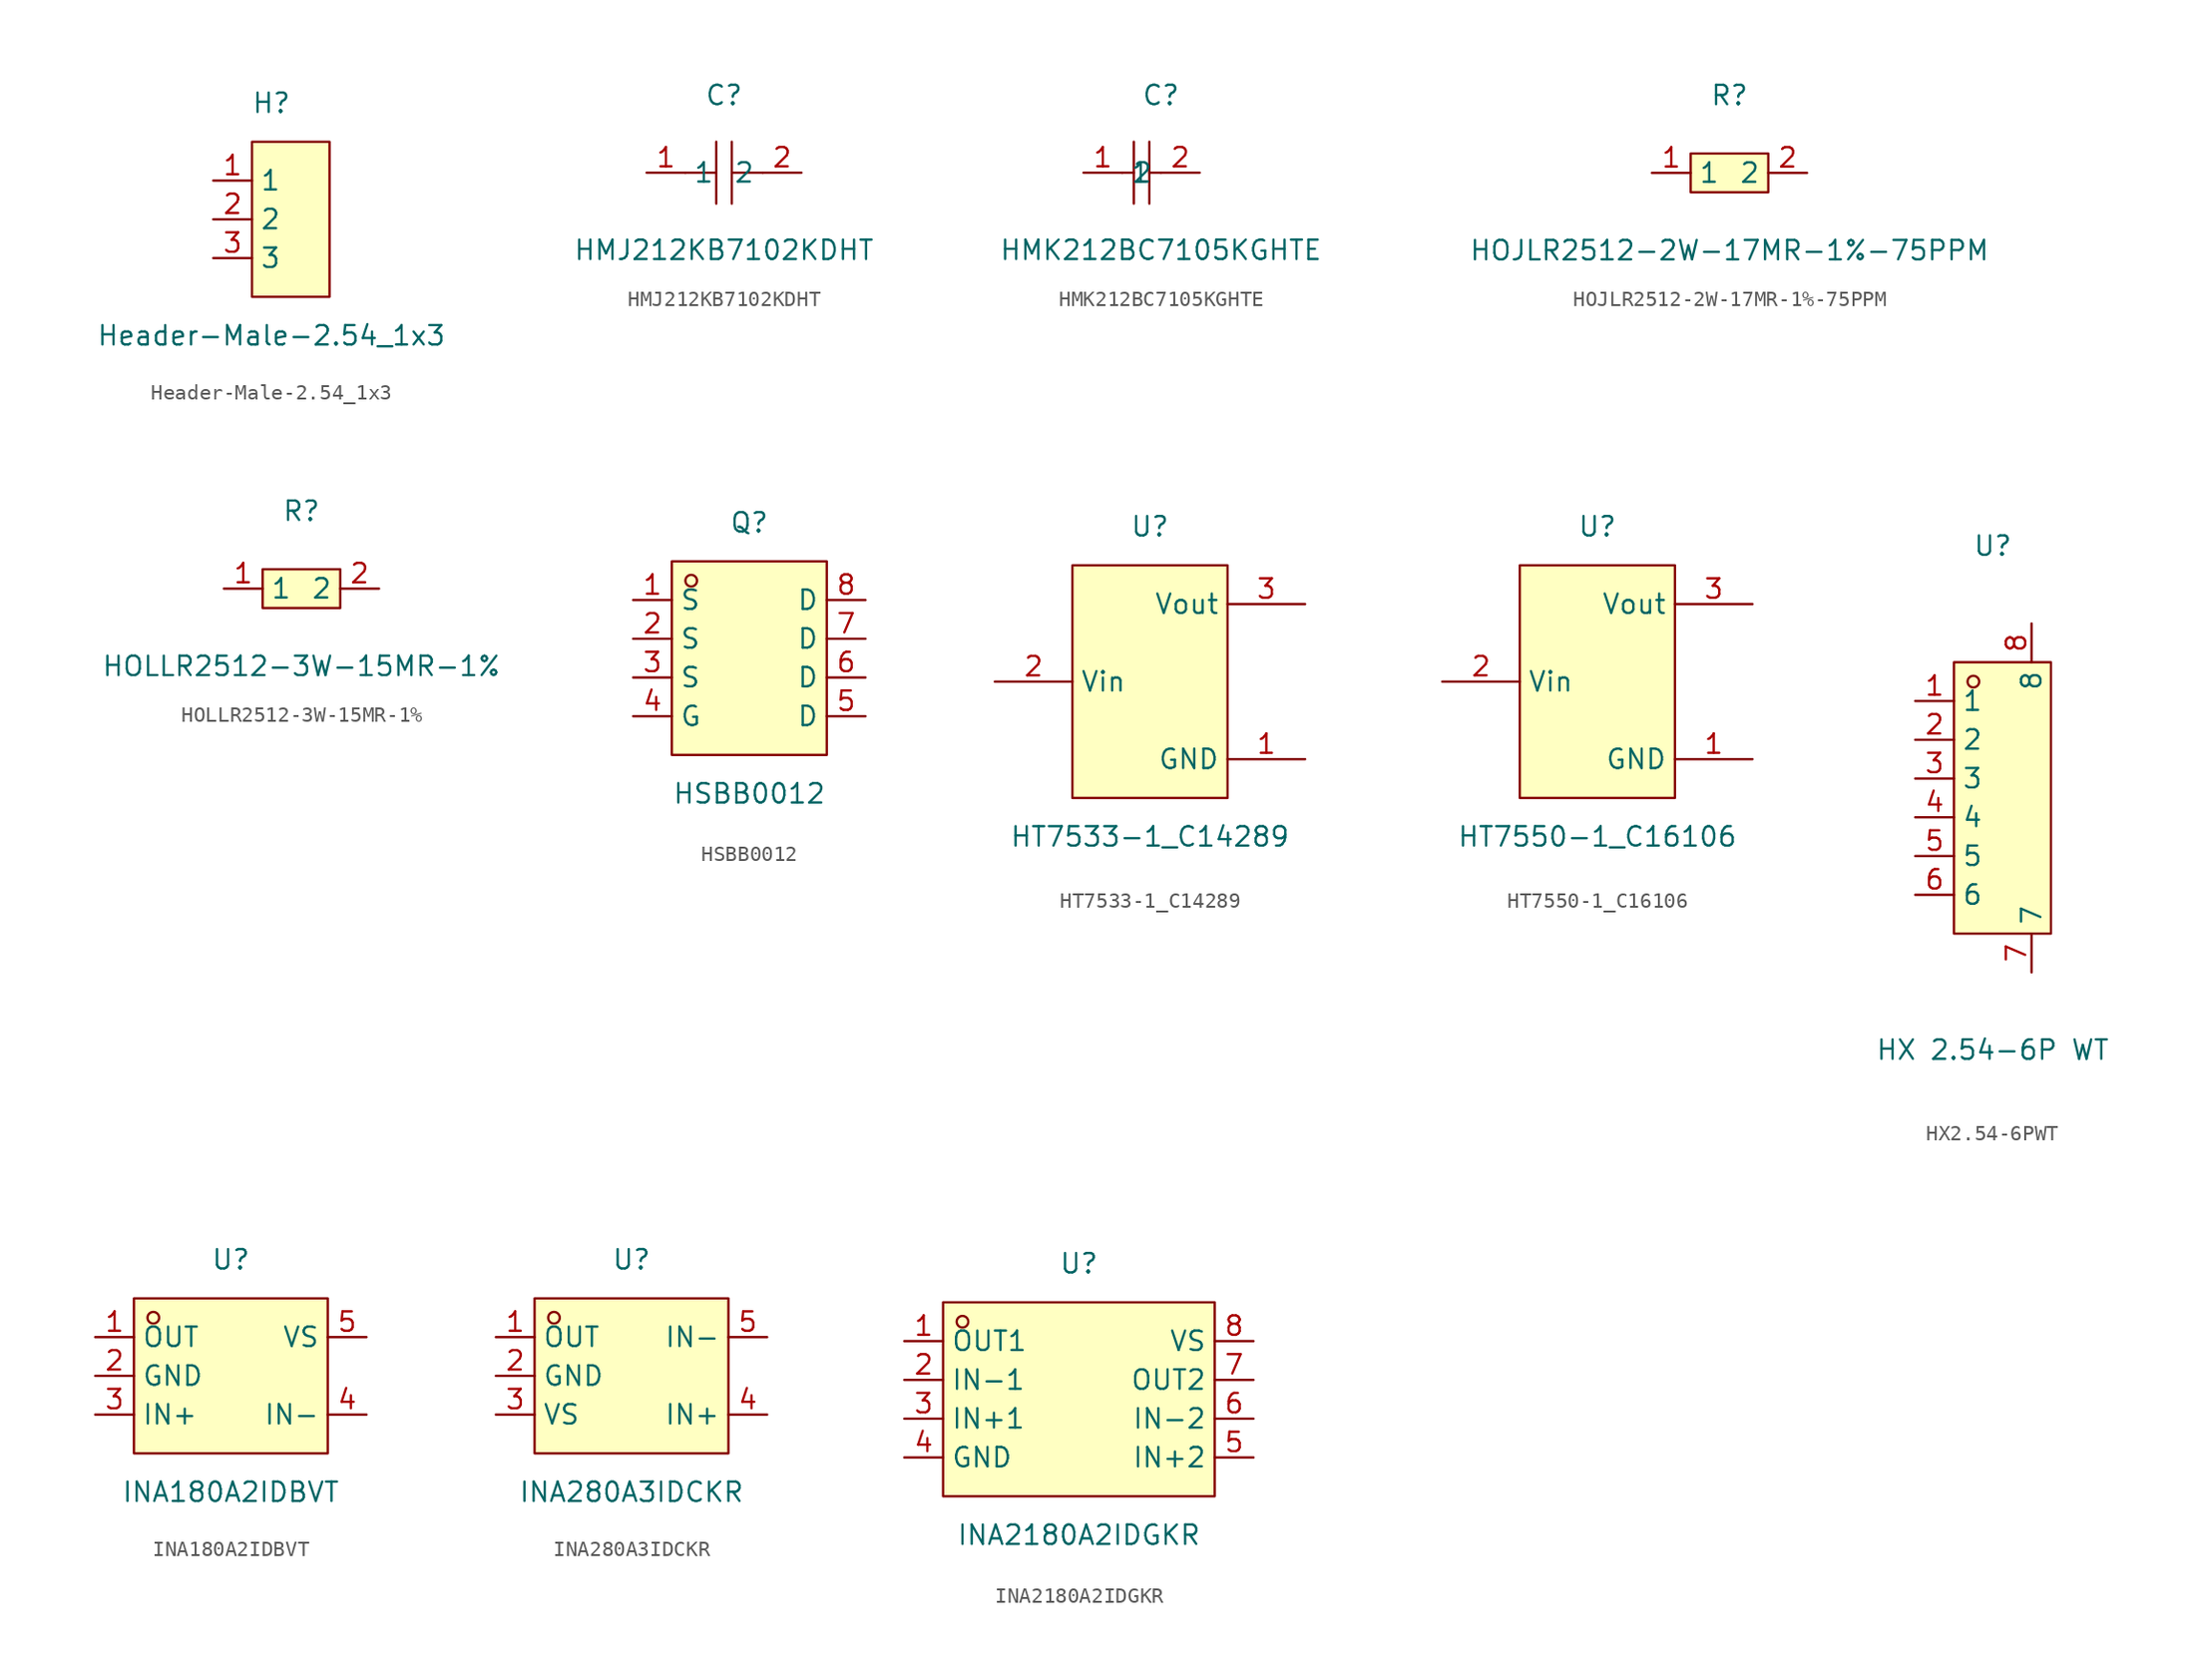
<source format=kicad_sym>
(kicad_symbol_lib
  (version 20231120)
  (generator "kicad_symbol_editor")
  (generator_version "8.0")
  (symbol "Header-Male-2.54_1x3"
    (property "Reference" "H"
      (at 0 7.62 0)
      (effects (font (size 1.27 1.27))))
    (property "Value" "Header-Male-2.54_1x3"
      (at 0 -7.62 0)
      (effects (font (size 1.27 1.27))))
    (symbol "Header-Male-2.54_1x3_0_1"
      (rectangle (start -1.27 5.08) (end 3.81 -5.08) (stroke (width 0) (type default)) (fill (type background)))
      (pin input line (at -3.81 2.54 0) (length 2.54) (name "1" (effects (font (size 1.27 1.27)))) (number "1" (effects (font (size 1.27 1.27)))))
      (pin input line (at -3.81 0 0) (length 2.54) (name "2" (effects (font (size 1.27 1.27)))) (number "2" (effects (font (size 1.27 1.27)))))
      (pin input line (at -3.81 -2.54 0) (length 2.54) (name "3" (effects (font (size 1.27 1.27)))) (number "3" (effects (font (size 1.27 1.27)))))))
  (symbol "HMJ212KB7102KDHT"
    (property "Reference" "C"
      (at 0 5.08 0)
      (effects (font (size 1.27 1.27))))
    (property "Value" "HMJ212KB7102KDHT"
      (at 0 -5.08 0)
      (effects (font (size 1.27 1.27))))
    (symbol "HMJ212KB7102KDHT_0_1"
      (polyline (pts (xy -0.51 -2.03) (xy -0.51 2.03)) (stroke (width 0) (type default)) (fill (type none)))
      (polyline (pts (xy -0.51 0) (xy -2.54 0)) (stroke (width 0) (type default)) (fill (type none)))
      (polyline (pts (xy 0.51 2.03) (xy 0.51 -2.03)) (stroke (width 0) (type default)) (fill (type none)))
      (polyline (pts (xy 2.54 0) (xy 0.51 0)) (stroke (width 0) (type default)) (fill (type none)))
      (pin unspecified line (at -5.08 0 0) (length 2.54) (name "1" (effects (font (size 1.27 1.27)))) (number "1" (effects (font (size 1.27 1.27)))))
      (pin unspecified line (at 5.08 0 180) (length 2.54) (name "2" (effects (font (size 1.27 1.27)))) (number "2" (effects (font (size 1.27 1.27)))))))
  (symbol "HMK212BC7105KGHTE"
    (property "Reference" "C"
      (at 0 5.08 0)
      (effects (font (size 1.27 1.27))))
    (property "Value" "HMK212BC7105KGHTE"
      (at 0 -5.08 0)
      (effects (font (size 1.27 1.27))))
    (symbol "HMK212BC7105KGHTE_0_1"
      (polyline (pts (xy -2.54 0) (xy -1.78 0)) (stroke (width 0) (type default)) (fill (type none)))
      (polyline (pts (xy -1.78 2.03) (xy -1.78 -2.03)) (stroke (width 0) (type default)) (fill (type none)))
      (polyline (pts (xy -0.76 0) (xy 0 0)) (stroke (width 0) (type default)) (fill (type none)))
      (polyline (pts (xy -0.76 2.03) (xy -0.76 -2.03)) (stroke (width 0) (type default)) (fill (type none)))
      (pin input line (at -5.08 0 0) (length 2.54) (name "1" (effects (font (size 1.27 1.27)))) (number "1" (effects (font (size 1.27 1.27)))))
      (pin input line (at 2.54 0 180) (length 2.54) (name "2" (effects (font (size 1.27 1.27)))) (number "2" (effects (font (size 1.27 1.27)))))))
  (symbol "HOJLR2512-2W-17MR-1%-75PPM"
    (property "Reference" "R"
      (at 0 5.08 0)
      (effects (font (size 1.27 1.27))))
    (property "Value" "HOJLR2512-2W-17MR-1%-75PPM"
      (at 0 -5.08 0)
      (effects (font (size 1.27 1.27))))
    (symbol "HOJLR2512-2W-17MR-1%-75PPM_0_1"
      (rectangle (start -2.54 1.27) (end 2.54 -1.27) (stroke (width 0) (type default) (color 0 0 0 0)) (fill (type background)))
      (pin unspecified line (at 5.08 -0.00 180) (length 2.54) (name "2" (effects (font (size 1.27 1.27)))) (number "2" (effects (font (size 1.27 1.27)))))
      (pin unspecified line (at -5.08 -0.00 0) (length 2.54) (name "1" (effects (font (size 1.27 1.27)))) (number "1" (effects (font (size 1.27 1.27)))))))
  (symbol "HOLLR2512-3W-15MR-1%"
    (property "Reference" "R"
      (at 0 5.08 0)
      (effects (font (size 1.27 1.27))))
    (property "Value" "HOLLR2512-3W-15MR-1%"
      (at 0 -5.08 0)
      (effects (font (size 1.27 1.27))))
    (symbol "HOLLR2512-3W-15MR-1%_0_1"
      (rectangle (start -2.54 1.27) (end 2.54 -1.27) (stroke (width 0) (type default) (color 0 0 0 0)) (fill (type background)))
      (pin unspecified line (at 5.08 -0.00 180) (length 2.54) (name "2" (effects (font (size 1.27 1.27)))) (number "2" (effects (font (size 1.27 1.27)))))
      (pin unspecified line (at -5.08 -0.00 0) (length 2.54) (name "1" (effects (font (size 1.27 1.27)))) (number "1" (effects (font (size 1.27 1.27)))))))
  (symbol "HSBB0012"
    (property "Reference" "Q"
      (at 0 8.89 0)
      (effects (font (size 1.27 1.27))))
    (property "Value" "HSBB0012"
      (at 0 -8.89 0)
      (effects (font (size 1.27 1.27))))
    (symbol "HSBB0012_0_1"
      (rectangle (start -5.08 6.35) (end 5.08 -6.35) (stroke (width 0) (type default)) (fill (type background)))
      (circle (center -3.81 5.08) (radius 0.38) (stroke (width 0) (type default)) (fill (type none)))
      (pin unspecified line (at -7.62 3.81 0) (length 2.54) (name "S" (effects (font (size 1.27 1.27)))) (number "1" (effects (font (size 1.27 1.27)))))
      (pin unspecified line (at -7.62 1.27 0) (length 2.54) (name "S" (effects (font (size 1.27 1.27)))) (number "2" (effects (font (size 1.27 1.27)))))
      (pin unspecified line (at -7.62 -1.27 0) (length 2.54) (name "S" (effects (font (size 1.27 1.27)))) (number "3" (effects (font (size 1.27 1.27)))))
      (pin unspecified line (at -7.62 -3.81 0) (length 2.54) (name "G" (effects (font (size 1.27 1.27)))) (number "4" (effects (font (size 1.27 1.27)))))
      (pin unspecified line (at 7.62 -3.81 180) (length 2.54) (name "D" (effects (font (size 1.27 1.27)))) (number "5" (effects (font (size 1.27 1.27)))))
      (pin unspecified line (at 7.62 -1.27 180) (length 2.54) (name "D" (effects (font (size 1.27 1.27)))) (number "6" (effects (font (size 1.27 1.27)))))
      (pin unspecified line (at 7.62 1.27 180) (length 2.54) (name "D" (effects (font (size 1.27 1.27)))) (number "7" (effects (font (size 1.27 1.27)))))
      (pin unspecified line (at 7.62 3.81 180) (length 2.54) (name "D" (effects (font (size 1.27 1.27)))) (number "8" (effects (font (size 1.27 1.27)))))))
  (symbol "HT7533-1_C14289"
    (property "Reference" "U"
      (at 0 10.16 0)
      (effects (font (size 1.27 1.27))))
    (property "Value" "HT7533-1_C14289"
      (at 0 -10.16 0)
      (effects (font (size 1.27 1.27))))
    (symbol "HT7533-1_C14289_0_1"
      (rectangle (start -5.08 7.62) (end 5.08 -7.62) (stroke (width 0) (type default)) (fill (type background)))
      (pin unspecified line (at 10.16 -5.08 180) (length 5.08) (name "GND" (effects (font (size 1.27 1.27)))) (number "1" (effects (font (size 1.27 1.27)))))
      (pin unspecified line (at -10.16 0 0) (length 5.08) (name "Vin" (effects (font (size 1.27 1.27)))) (number "2" (effects (font (size 1.27 1.27)))))
      (pin unspecified line (at 10.16 5.08 180) (length 5.08) (name "Vout" (effects (font (size 1.27 1.27)))) (number "3" (effects (font (size 1.27 1.27)))))))
  (symbol "HT7550-1_C16106"
    (property "Reference" "U"
      (at 0 10.16 0)
      (effects (font (size 1.27 1.27))))
    (property "Value" "HT7550-1_C16106"
      (at 0 -10.16 0)
      (effects (font (size 1.27 1.27))))
    (symbol "HT7550-1_C16106_0_1"
      (rectangle (start -5.08 7.62) (end 5.08 -7.62) (stroke (width 0) (type default)) (fill (type background)))
      (pin unspecified line (at 10.16 -5.08 180) (length 5.08) (name "GND" (effects (font (size 1.27 1.27)))) (number "1" (effects (font (size 1.27 1.27)))))
      (pin unspecified line (at -10.16 0 0) (length 5.08) (name "Vin" (effects (font (size 1.27 1.27)))) (number "2" (effects (font (size 1.27 1.27)))))
      (pin unspecified line (at 10.16 5.08 180) (length 5.08) (name "Vout" (effects (font (size 1.27 1.27)))) (number "3" (effects (font (size 1.27 1.27)))))))
  (symbol "HX2.54-6PWT"
    (property "Reference" "U"
      (at 0 17.78 0)
      (effects (font (size 1.27 1.27))))
    (property "Value" "HX 2.54-6P WT"
      (at 0 -15.24 0)
      (effects (font (size 1.27 1.27))))
    (symbol "HX2.54-6PWT_0_1"
      (rectangle (start -2.54 10.16) (end 3.81 -7.62) (stroke (width 0) (type default)) (fill (type background)))
      (circle (center -1.27 8.89) (radius 0.38) (stroke (width 0) (type default)) (fill (type none)))
      (pin unspecified line (at -5.08 7.62 0) (length 2.54) (name "1" (effects (font (size 1.27 1.27)))) (number "1" (effects (font (size 1.27 1.27)))))
      (pin unspecified line (at -5.08 5.08 0) (length 2.54) (name "2" (effects (font (size 1.27 1.27)))) (number "2" (effects (font (size 1.27 1.27)))))
      (pin unspecified line (at -5.08 2.54 0) (length 2.54) (name "3" (effects (font (size 1.27 1.27)))) (number "3" (effects (font (size 1.27 1.27)))))
      (pin unspecified line (at -5.08 0 0) (length 2.54) (name "4" (effects (font (size 1.27 1.27)))) (number "4" (effects (font (size 1.27 1.27)))))
      (pin unspecified line (at -5.08 -2.54 0) (length 2.54) (name "5" (effects (font (size 1.27 1.27)))) (number "5" (effects (font (size 1.27 1.27)))))
      (pin unspecified line (at -5.08 -5.08 0) (length 2.54) (name "6" (effects (font (size 1.27 1.27)))) (number "6" (effects (font (size 1.27 1.27)))))
      (pin unspecified line (at 2.54 -10.16 90) (length 2.54) (name "7" (effects (font (size 1.27 1.27)))) (number "7" (effects (font (size 1.27 1.27)))))
      (pin unspecified line (at 2.54 12.7 270) (length 2.54) (name "8" (effects (font (size 1.27 1.27)))) (number "8" (effects (font (size 1.27 1.27)))))))
  (symbol "INA180A2IDBVT"
    (property "Reference" "U"
      (at 0 7.62 0)
      (effects (font (size 1.27 1.27))))
    (property "Value" "INA180A2IDBVT"
      (at 0 -7.62 0)
      (effects (font (size 1.27 1.27))))
    (symbol "INA180A2IDBVT_0_1"
      (rectangle (start -6.35 5.08) (end 6.35 -5.08) (stroke (width 0) (type default)) (fill (type background)))
      (circle (center -5.08 3.81) (radius 0.38) (stroke (width 0) (type default)) (fill (type none)))
      (pin unspecified line (at -8.89 2.54 0) (length 2.54) (name "OUT" (effects (font (size 1.27 1.27)))) (number "1" (effects (font (size 1.27 1.27)))))
      (pin unspecified line (at -8.89 0 0) (length 2.54) (name "GND" (effects (font (size 1.27 1.27)))) (number "2" (effects (font (size 1.27 1.27)))))
      (pin unspecified line (at -8.89 -2.54 0) (length 2.54) (name "IN+" (effects (font (size 1.27 1.27)))) (number "3" (effects (font (size 1.27 1.27)))))
      (pin unspecified line (at 8.89 -2.54 180) (length 2.54) (name "IN-" (effects (font (size 1.27 1.27)))) (number "4" (effects (font (size 1.27 1.27)))))
      (pin unspecified line (at 8.89 2.54 180) (length 2.54) (name "VS" (effects (font (size 1.27 1.27)))) (number "5" (effects (font (size 1.27 1.27)))))))
  (symbol "INA280A3IDCKR"
    (property "Reference" "U"
      (at 0 7.62 0)
      (effects (font (size 1.27 1.27))))
    (property "Value" "INA280A3IDCKR"
      (at 0 -7.62 0)
      (effects (font (size 1.27 1.27))))
    (symbol "INA280A3IDCKR_0_1"
      (rectangle (start -6.35 5.08) (end 6.35 -5.08) (stroke (width 0) (type default)) (fill (type background)))
      (circle (center -5.08 3.81) (radius 0.38) (stroke (width 0) (type default)) (fill (type none)))
      (pin unspecified line (at -8.89 2.54 0) (length 2.54) (name "OUT" (effects (font (size 1.27 1.27)))) (number "1" (effects (font (size 1.27 1.27)))))
      (pin unspecified line (at -8.89 0 0) (length 2.54) (name "GND" (effects (font (size 1.27 1.27)))) (number "2" (effects (font (size 1.27 1.27)))))
      (pin unspecified line (at -8.89 -2.54 0) (length 2.54) (name "VS" (effects (font (size 1.27 1.27)))) (number "3" (effects (font (size 1.27 1.27)))))
      (pin unspecified line (at 8.89 -2.54 180) (length 2.54) (name "IN+" (effects (font (size 1.27 1.27)))) (number "4" (effects (font (size 1.27 1.27)))))
      (pin unspecified line (at 8.89 2.54 180) (length 2.54) (name "IN-" (effects (font (size 1.27 1.27)))) (number "5" (effects (font (size 1.27 1.27)))))))
  (symbol "INA2180A2IDGKR"
    (property "Reference" "U"
      (at 0 8.89 0)
      (effects (font (size 1.27 1.27))))
    (property "Value" "INA2180A2IDGKR"
      (at 0 -8.89 0)
      (effects (font (size 1.27 1.27))))
    (symbol "INA2180A2IDGKR_0_1"
      (rectangle (start -8.89 6.35) (end 8.89 -6.35) (stroke (width 0) (type default)) (fill (type background)))
      (circle (center -7.62 5.08) (radius 0.38) (stroke (width 0) (type default)) (fill (type none)))
      (pin unspecified line (at -11.43 3.81 0) (length 2.54) (name "OUT1" (effects (font (size 1.27 1.27)))) (number "1" (effects (font (size 1.27 1.27)))))
      (pin unspecified line (at -11.43 1.27 0) (length 2.54) (name "IN-1" (effects (font (size 1.27 1.27)))) (number "2" (effects (font (size 1.27 1.27)))))
      (pin unspecified line (at -11.43 -1.27 0) (length 2.54) (name "IN+1" (effects (font (size 1.27 1.27)))) (number "3" (effects (font (size 1.27 1.27)))))
      (pin unspecified line (at -11.43 -3.81 0) (length 2.54) (name "GND" (effects (font (size 1.27 1.27)))) (number "4" (effects (font (size 1.27 1.27)))))
      (pin unspecified line (at 11.43 -3.81 180) (length 2.54) (name "IN+2" (effects (font (size 1.27 1.27)))) (number "5" (effects (font (size 1.27 1.27)))))
      (pin unspecified line (at 11.43 -1.27 180) (length 2.54) (name "IN-2" (effects (font (size 1.27 1.27)))) (number "6" (effects (font (size 1.27 1.27)))))
      (pin unspecified line (at 11.43 1.27 180) (length 2.54) (name "OUT2" (effects (font (size 1.27 1.27)))) (number "7" (effects (font (size 1.27 1.27)))))
      (pin unspecified line (at 11.43 3.81 180) (length 2.54) (name "VS" (effects (font (size 1.27 1.27)))) (number "8" (effects (font (size 1.27 1.27))))))))
</source>
